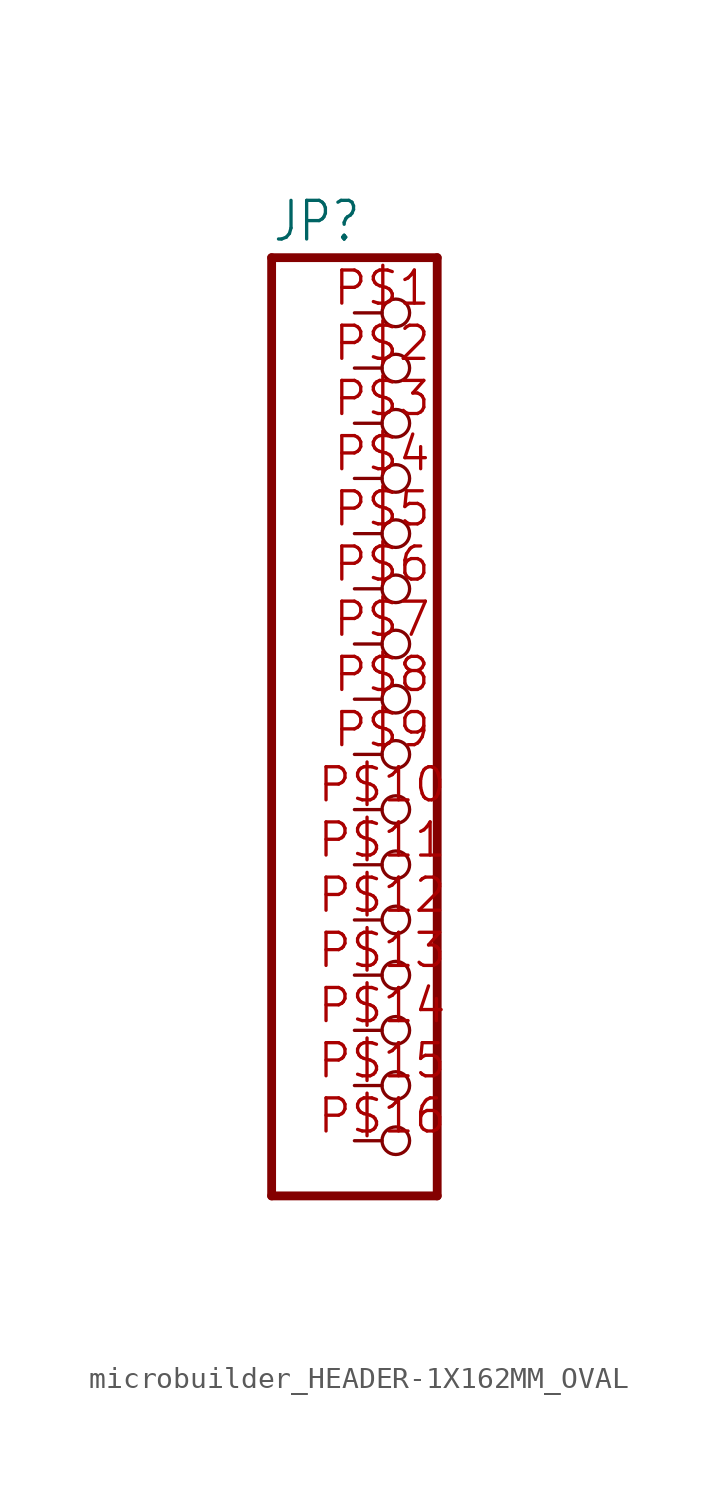
<source format=kicad_sym>
(kicad_symbol_lib
  (version 20241209)
  (generator "kicad_symbol_editor")
  (generator_version "9.0")
  (symbol "microbuilder_HEADER-1X162MM_OVAL"
    (property "Reference" "JP"
      (at -6.35 20.955 0)
      (effects (font (size 1.778 1.511)) (justify left bottom)))
    (property "Value" ""
      (at -6.35 -25.4 0)
      (effects (font (size 1.778 1.511)) (justify left bottom)))
    (property "ki_locked" ""
      (at 0 0 0)
      (effects (font (size 1.27 1.27))))
    (symbol "microbuilder_HEADER-1X162MM_OVAL_1_0"
      (polyline (pts (xy -6.35 20.32) (xy -6.35 -22.86)) (stroke (width 0.406) (type solid)) (fill (type none)))
      (polyline (pts (xy -6.35 -22.86) (xy 1.27 -22.86)) (stroke (width 0.406) (type solid)) (fill (type none)))
      (polyline (pts (xy 1.27 20.32) (xy -6.35 20.32)) (stroke (width 0.406) (type solid)) (fill (type none)))
      (polyline (pts (xy 1.27 -22.86) (xy 1.27 20.32)) (stroke (width 0.406) (type solid)) (fill (type none)))
      (pin passive inverted (at -2.54 17.78 0) (length 2.54) (name "1" (effects (font (size 0 0)))) (number "P$1" (effects (font (size 1.524 1.524)))))
      (pin passive inverted (at -2.54 15.24 0) (length 2.54) (name "2" (effects (font (size 0 0)))) (number "P$2" (effects (font (size 1.524 1.524)))))
      (pin passive inverted (at -2.54 12.7 0) (length 2.54) (name "3" (effects (font (size 0 0)))) (number "P$3" (effects (font (size 1.524 1.524)))))
      (pin passive inverted (at -2.54 10.16 0) (length 2.54) (name "4" (effects (font (size 0 0)))) (number "P$4" (effects (font (size 1.524 1.524)))))
      (pin passive inverted (at -2.54 7.62 0) (length 2.54) (name "5" (effects (font (size 0 0)))) (number "P$5" (effects (font (size 1.524 1.524)))))
      (pin passive inverted (at -2.54 5.08 0) (length 2.54) (name "6" (effects (font (size 0 0)))) (number "P$6" (effects (font (size 1.524 1.524)))))
      (pin passive inverted (at -2.54 2.54 0) (length 2.54) (name "7" (effects (font (size 0 0)))) (number "P$7" (effects (font (size 1.524 1.524)))))
      (pin passive inverted (at -2.54 0 0) (length 2.54) (name "8" (effects (font (size 0 0)))) (number "P$8" (effects (font (size 1.524 1.524)))))
      (pin passive inverted (at -2.54 -2.54 0) (length 2.54) (name "9" (effects (font (size 0 0)))) (number "P$9" (effects (font (size 1.524 1.524)))))
      (pin passive inverted (at -2.54 -5.08 0) (length 2.54) (name "10" (effects (font (size 0 0)))) (number "P$10" (effects (font (size 1.524 1.524)))))
      (pin passive inverted (at -2.54 -7.62 0) (length 2.54) (name "11" (effects (font (size 0 0)))) (number "P$11" (effects (font (size 1.524 1.524)))))
      (pin passive inverted (at -2.54 -10.16 0) (length 2.54) (name "12" (effects (font (size 0 0)))) (number "P$12" (effects (font (size 1.524 1.524)))))
      (pin passive inverted (at -2.54 -12.7 0) (length 2.54) (name "13" (effects (font (size 0 0)))) (number "P$13" (effects (font (size 1.524 1.524)))))
      (pin passive inverted (at -2.54 -15.24 0) (length 2.54) (name "14" (effects (font (size 0 0)))) (number "P$14" (effects (font (size 1.524 1.524)))))
      (pin passive inverted (at -2.54 -17.78 0) (length 2.54) (name "15" (effects (font (size 0 0)))) (number "P$15" (effects (font (size 1.524 1.524)))))
      (pin passive inverted (at -2.54 -20.32 0) (length 2.54) (name "16" (effects (font (size 0 0)))) (number "P$16" (effects (font (size 1.524 1.524))))))))
</source>
